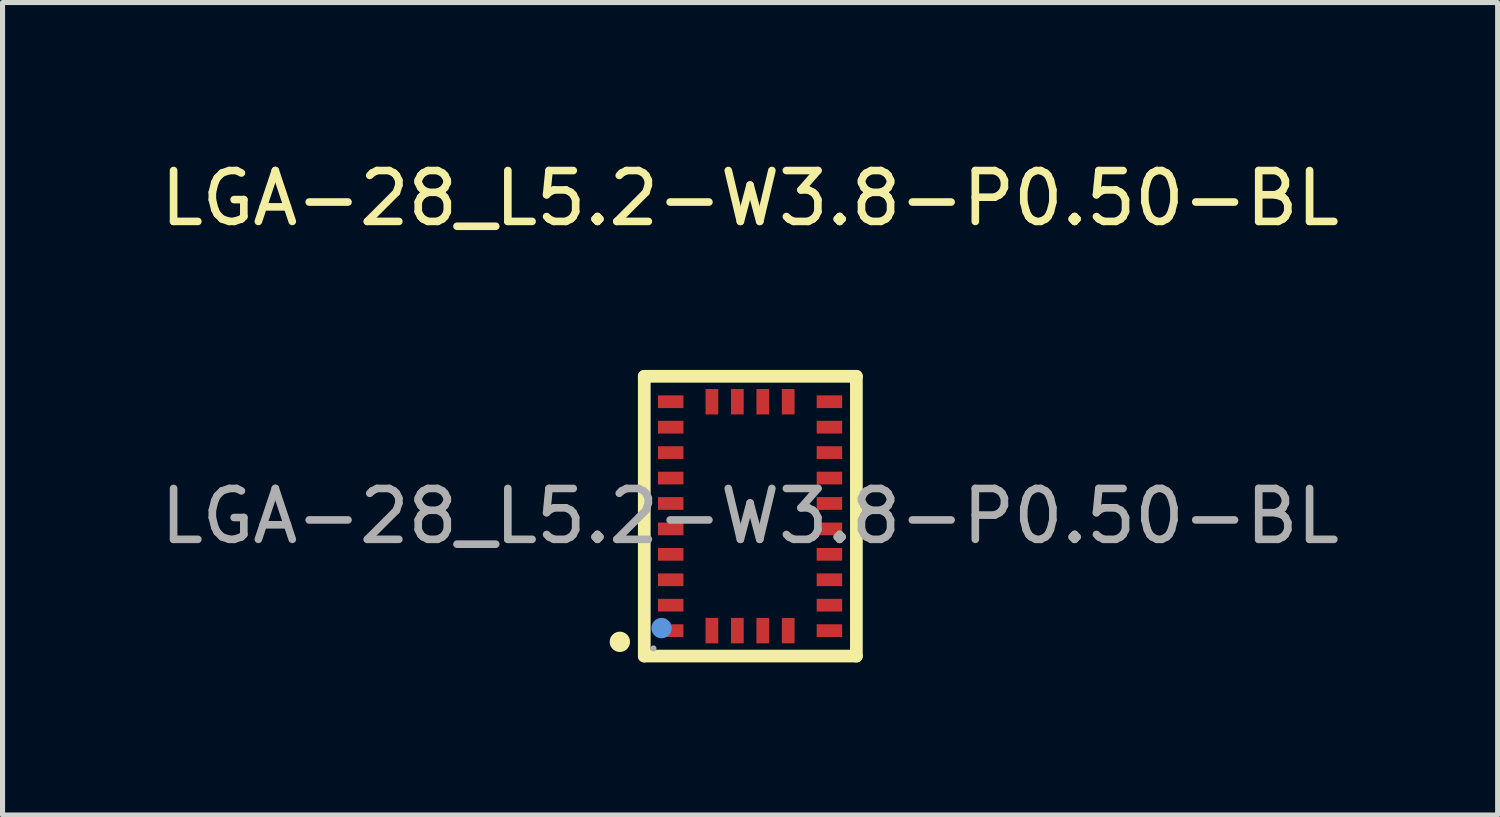
<source format=kicad_pcb>
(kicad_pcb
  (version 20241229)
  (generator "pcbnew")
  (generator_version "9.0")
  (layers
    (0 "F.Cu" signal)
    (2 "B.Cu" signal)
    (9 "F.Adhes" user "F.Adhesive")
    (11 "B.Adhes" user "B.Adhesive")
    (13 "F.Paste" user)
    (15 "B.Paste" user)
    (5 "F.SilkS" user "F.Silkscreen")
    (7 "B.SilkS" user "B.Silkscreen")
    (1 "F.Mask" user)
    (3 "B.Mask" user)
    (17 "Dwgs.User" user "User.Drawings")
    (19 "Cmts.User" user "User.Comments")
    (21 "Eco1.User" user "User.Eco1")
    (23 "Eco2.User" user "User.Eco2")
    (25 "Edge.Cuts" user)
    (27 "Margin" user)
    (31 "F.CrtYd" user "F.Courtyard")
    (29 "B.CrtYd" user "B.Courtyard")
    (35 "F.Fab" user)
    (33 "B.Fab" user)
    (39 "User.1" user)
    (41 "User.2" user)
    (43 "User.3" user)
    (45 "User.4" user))
  (footprint "LGA-28_L5.2-W3.8-P0.50-BL"
    (layer "F.Cu")
    (at 11.696 7.098)
    (property "Reference" "LGA-28_L5.2-W3.8-P0.50-BL" (at 0 -6.25 0) (layer "F.SilkS") (effects (font (size 1 1) (thickness 0.15))))
    (attr smd)
    (fp_line (start -2.08 -2.75) (end -2.08 2.75) (stroke (width 0.25) (type solid)) (layer "F.SilkS"))
    (fp_line (start -2.08 -2.75) (end 2.09 -2.75) (stroke (width 0.25) (type solid)) (layer "F.SilkS"))
    (fp_line (start -2.08 2.75) (end 2.09 2.75) (stroke (width 0.25) (type solid)) (layer "F.SilkS"))
    (fp_line (start 2.09 2.75) (end 2.09 -2.75) (stroke (width 0.25) (type solid)) (layer "F.SilkS"))
    (fp_circle (center -2.56 2.47) (end -2.46 2.47) (stroke (width 0.2) (type solid)) (fill no) (layer "F.SilkS"))
    (fp_circle (center -1.74 2.2) (end -1.64 2.2) (stroke (width 0.2) (type solid)) (fill no) (layer "Cmts.User"))
    (fp_circle (center -1.9 2.6) (end -1.87 2.6) (stroke (width 0.06) (type solid)) (fill no) (layer "F.Fab"))
    (fp_text user "${REFERENCE}" (at 0 0 0) (layer "F.Fab") (effects (font (size 1 1) (thickness 0.15))))
    (pad "1" smd rect (at -1.56 2.25 90) (size 0.25 0.5) (layers "F.Cu" "F.Mask" "F.Paste"))
    (pad "2" smd rect (at -0.75 2.25 180) (size 0.25 0.5) (layers "F.Cu" "F.Mask" "F.Paste"))
    (pad "3" smd rect (at -0.25 2.25 180) (size 0.25 0.5) (layers "F.Cu" "F.Mask" "F.Paste"))
    (pad "4" smd rect (at 0.25 2.25 180) (size 0.25 0.5) (layers "F.Cu" "F.Mask" "F.Paste"))
    (pad "5" smd rect (at 0.75 2.25 180) (size 0.25 0.5) (layers "F.Cu" "F.Mask" "F.Paste"))
    (pad "6" smd rect (at 1.56 2.25 270) (size 0.25 0.5) (layers "F.Cu" "F.Mask" "F.Paste"))
    (pad "7" smd rect (at 1.56 1.75 270) (size 0.25 0.5) (layers "F.Cu" "F.Mask" "F.Paste"))
    (pad "8" smd rect (at 1.56 1.25 270) (size 0.25 0.5) (layers "F.Cu" "F.Mask" "F.Paste"))
    (pad "9" smd rect (at 1.56 0.75 270) (size 0.25 0.5) (layers "F.Cu" "F.Mask" "F.Paste"))
    (pad "10" smd rect (at 1.56 0.25 270) (size 0.25 0.5) (layers "F.Cu" "F.Mask" "F.Paste"))
    (pad "11" smd rect (at 1.56 -0.25 270) (size 0.25 0.5) (layers "F.Cu" "F.Mask" "F.Paste"))
    (pad "12" smd rect (at 1.56 -0.75 270) (size 0.25 0.5) (layers "F.Cu" "F.Mask" "F.Paste"))
    (pad "13" smd rect (at 1.56 -1.25 270) (size 0.25 0.5) (layers "F.Cu" "F.Mask" "F.Paste"))
    (pad "14" smd rect (at 1.56 -1.75 270) (size 0.25 0.5) (layers "F.Cu" "F.Mask" "F.Paste"))
    (pad "15" smd rect (at 1.56 -2.25 270) (size 0.25 0.5) (layers "F.Cu" "F.Mask" "F.Paste"))
    (pad "16" smd rect (at 0.75 -2.25) (size 0.25 0.5) (layers "F.Cu" "F.Mask" "F.Paste"))
    (pad "17" smd rect (at 0.25 -2.25) (size 0.25 0.5) (layers "F.Cu" "F.Mask" "F.Paste"))
    (pad "18" smd rect (at -0.25 -2.25) (size 0.25 0.5) (layers "F.Cu" "F.Mask" "F.Paste"))
    (pad "19" smd rect (at -0.75 -2.25) (size 0.25 0.5) (layers "F.Cu" "F.Mask" "F.Paste"))
    (pad "20" smd rect (at -1.56 -2.25 90) (size 0.25 0.5) (layers "F.Cu" "F.Mask" "F.Paste"))
    (pad "21" smd rect (at -1.56 -1.75 90) (size 0.25 0.5) (layers "F.Cu" "F.Mask" "F.Paste"))
    (pad "22" smd rect (at -1.56 -1.25 90) (size 0.25 0.5) (layers "F.Cu" "F.Mask" "F.Paste"))
    (pad "23" smd rect (at -1.56 -0.75 90) (size 0.25 0.5) (layers "F.Cu" "F.Mask" "F.Paste"))
    (pad "24" smd rect (at -1.56 -0.25 90) (size 0.25 0.5) (layers "F.Cu" "F.Mask" "F.Paste"))
    (pad "25" smd rect (at -1.56 0.25 90) (size 0.25 0.5) (layers "F.Cu" "F.Mask" "F.Paste"))
    (pad "26" smd rect (at -1.56 0.75 90) (size 0.25 0.5) (layers "F.Cu" "F.Mask" "F.Paste"))
    (pad "27" smd rect (at -1.56 1.25 90) (size 0.25 0.5) (layers "F.Cu" "F.Mask" "F.Paste"))
    (pad "28" smd rect (at -1.56 1.75 90) (size 0.25 0.5) (layers "F.Cu" "F.Mask" "F.Paste")))
  (gr_rect
    (start -3 -3)
    (end 26.393 12.973)
    (stroke (width 0.1) (type default))
    (fill no)
    (layer "Edge.Cuts")))
</source>
